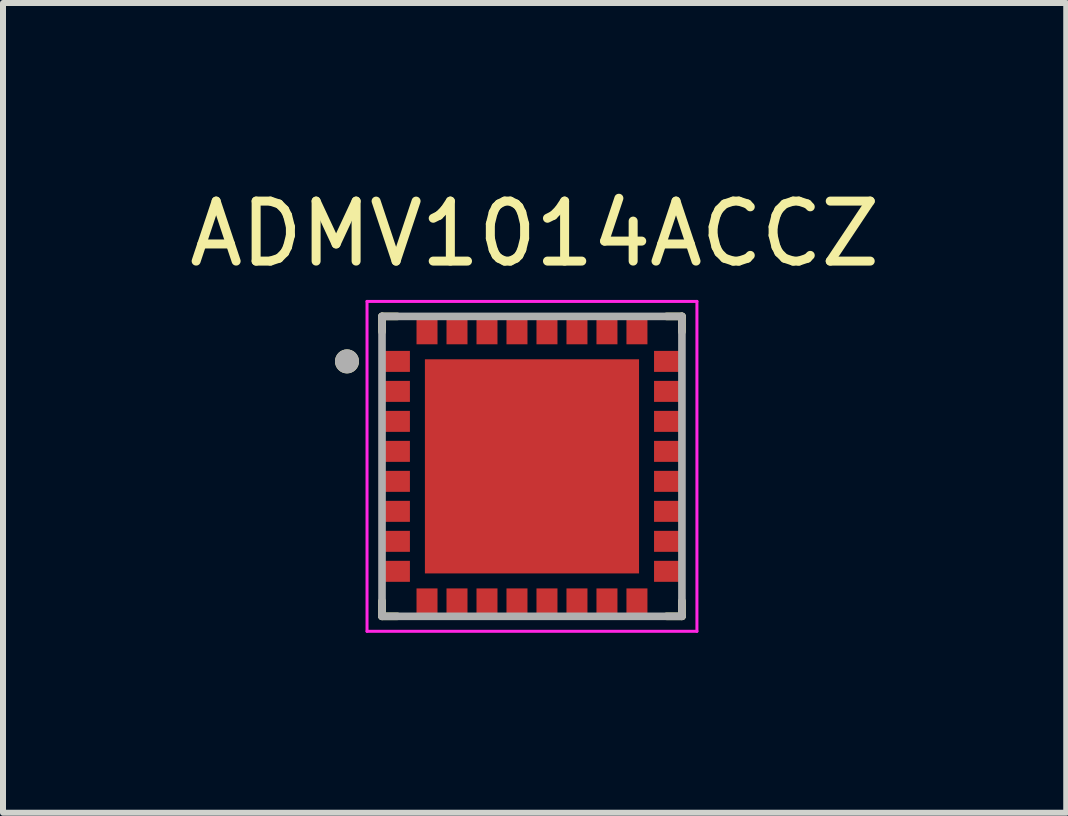
<source format=kicad_pcb>
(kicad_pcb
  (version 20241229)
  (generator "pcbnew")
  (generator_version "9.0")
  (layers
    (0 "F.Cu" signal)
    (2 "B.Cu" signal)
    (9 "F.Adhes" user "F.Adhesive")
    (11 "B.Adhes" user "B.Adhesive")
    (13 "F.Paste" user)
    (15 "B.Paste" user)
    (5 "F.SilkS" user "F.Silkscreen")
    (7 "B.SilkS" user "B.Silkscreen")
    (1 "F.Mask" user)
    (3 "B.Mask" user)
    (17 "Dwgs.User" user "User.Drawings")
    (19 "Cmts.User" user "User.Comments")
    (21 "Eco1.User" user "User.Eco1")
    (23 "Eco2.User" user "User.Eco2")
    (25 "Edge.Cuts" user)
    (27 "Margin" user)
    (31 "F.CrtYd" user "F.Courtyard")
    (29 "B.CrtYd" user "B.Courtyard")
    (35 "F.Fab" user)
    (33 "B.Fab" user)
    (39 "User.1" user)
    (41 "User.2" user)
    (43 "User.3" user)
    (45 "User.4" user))
  (footprint "ADMV1014ACCZ"
    (layer "F.Cu")
    (at 5.819 4.725)
    (property "Reference" "ADMV1014ACCZ" (at 0.044 -3.877 0) (layer "F.SilkS") (effects (font (size 1 1) (thickness 0.15))))
    (attr through_hole)
    (fp_poly (pts (xy -2.515 -1.975) (xy -1.985 -1.975) (xy -1.985 -1.525) (xy -2.515 -1.525)) (stroke (width 0.01) (type solid)) (fill yes) (layer "F.Mask"))
    (fp_poly (pts (xy -2.515 -1.475) (xy -1.985 -1.475) (xy -1.985 -1.025) (xy -2.515 -1.025)) (stroke (width 0.01) (type solid)) (fill yes) (layer "F.Mask"))
    (fp_poly (pts (xy -2.515 -0.975) (xy -1.985 -0.975) (xy -1.985 -0.525) (xy -2.515 -0.525)) (stroke (width 0.01) (type solid)) (fill yes) (layer "F.Mask"))
    (fp_poly (pts (xy -2.515 -0.475) (xy -1.985 -0.475) (xy -1.985 -0.025) (xy -2.515 -0.025)) (stroke (width 0.01) (type solid)) (fill yes) (layer "F.Mask"))
    (fp_poly (pts (xy -2.515 0.025) (xy -1.985 0.025) (xy -1.985 0.475) (xy -2.515 0.475)) (stroke (width 0.01) (type solid)) (fill yes) (layer "F.Mask"))
    (fp_poly (pts (xy -2.515 0.525) (xy -1.985 0.525) (xy -1.985 0.975) (xy -2.515 0.975)) (stroke (width 0.01) (type solid)) (fill yes) (layer "F.Mask"))
    (fp_poly (pts (xy -2.515 1.025) (xy -1.985 1.025) (xy -1.985 1.475) (xy -2.515 1.475)) (stroke (width 0.01) (type solid)) (fill yes) (layer "F.Mask"))
    (fp_poly (pts (xy -2.515 1.525) (xy -1.985 1.525) (xy -1.985 1.975) (xy -2.515 1.975)) (stroke (width 0.01) (type solid)) (fill yes) (layer "F.Mask"))
    (fp_poly (pts (xy -1.975 -2.515) (xy -1.525 -2.515) (xy -1.525 -1.985) (xy -1.975 -1.985)) (stroke (width 0.01) (type solid)) (fill yes) (layer "F.Mask"))
    (fp_poly (pts (xy -1.975 1.985) (xy -1.525 1.985) (xy -1.525 2.515) (xy -1.975 2.515)) (stroke (width 0.01) (type solid)) (fill yes) (layer "F.Mask"))
    (fp_poly (pts (xy -1.475 -2.515) (xy -1.025 -2.515) (xy -1.025 -1.985) (xy -1.475 -1.985)) (stroke (width 0.01) (type solid)) (fill yes) (layer "F.Mask"))
    (fp_poly (pts (xy -1.475 1.985) (xy -1.025 1.985) (xy -1.025 2.515) (xy -1.475 2.515)) (stroke (width 0.01) (type solid)) (fill yes) (layer "F.Mask"))
    (fp_poly (pts (xy -0.975 -2.515) (xy -0.525 -2.515) (xy -0.525 -1.985) (xy -0.975 -1.985)) (stroke (width 0.01) (type solid)) (fill yes) (layer "F.Mask"))
    (fp_poly (pts (xy -0.975 1.985) (xy -0.525 1.985) (xy -0.525 2.515) (xy -0.975 2.515)) (stroke (width 0.01) (type solid)) (fill yes) (layer "F.Mask"))
    (fp_poly (pts (xy -0.475 -2.515) (xy -0.025 -2.515) (xy -0.025 -1.985) (xy -0.475 -1.985)) (stroke (width 0.01) (type solid)) (fill yes) (layer "F.Mask"))
    (fp_poly (pts (xy -0.475 1.985) (xy -0.025 1.985) (xy -0.025 2.515) (xy -0.475 2.515)) (stroke (width 0.01) (type solid)) (fill yes) (layer "F.Mask"))
    (fp_poly (pts (xy 0.025 -2.515) (xy 0.475 -2.515) (xy 0.475 -1.985) (xy 0.025 -1.985)) (stroke (width 0.01) (type solid)) (fill yes) (layer "F.Mask"))
    (fp_poly (pts (xy 0.025 1.985) (xy 0.475 1.985) (xy 0.475 2.515) (xy 0.025 2.515)) (stroke (width 0.01) (type solid)) (fill yes) (layer "F.Mask"))
    (fp_poly (pts (xy 0.525 -2.515) (xy 0.975 -2.515) (xy 0.975 -1.985) (xy 0.525 -1.985)) (stroke (width 0.01) (type solid)) (fill yes) (layer "F.Mask"))
    (fp_poly (pts (xy 0.525 1.985) (xy 0.975 1.985) (xy 0.975 2.515) (xy 0.525 2.515)) (stroke (width 0.01) (type solid)) (fill yes) (layer "F.Mask"))
    (fp_poly (pts (xy 1.025 -2.515) (xy 1.475 -2.515) (xy 1.475 -1.985) (xy 1.025 -1.985)) (stroke (width 0.01) (type solid)) (fill yes) (layer "F.Mask"))
    (fp_poly (pts (xy 1.025 1.985) (xy 1.475 1.985) (xy 1.475 2.515) (xy 1.025 2.515)) (stroke (width 0.01) (type solid)) (fill yes) (layer "F.Mask"))
    (fp_poly (pts (xy 1.525 -2.515) (xy 1.975 -2.515) (xy 1.975 -1.985) (xy 1.525 -1.985)) (stroke (width 0.01) (type solid)) (fill yes) (layer "F.Mask"))
    (fp_poly (pts (xy 1.525 1.985) (xy 1.975 1.985) (xy 1.975 2.515) (xy 1.525 2.515)) (stroke (width 0.01) (type solid)) (fill yes) (layer "F.Mask"))
    (fp_poly (pts (xy 1.985 -1.975) (xy 2.515 -1.975) (xy 2.515 -1.525) (xy 1.985 -1.525)) (stroke (width 0.01) (type solid)) (fill yes) (layer "F.Mask"))
    (fp_poly (pts (xy 1.985 -1.475) (xy 2.515 -1.475) (xy 2.515 -1.025) (xy 1.985 -1.025)) (stroke (width 0.01) (type solid)) (fill yes) (layer "F.Mask"))
    (fp_poly (pts (xy 1.985 -0.975) (xy 2.515 -0.975) (xy 2.515 -0.525) (xy 1.985 -0.525)) (stroke (width 0.01) (type solid)) (fill yes) (layer "F.Mask"))
    (fp_poly (pts (xy 1.985 -0.475) (xy 2.515 -0.475) (xy 2.515 -0.025) (xy 1.985 -0.025)) (stroke (width 0.01) (type solid)) (fill yes) (layer "F.Mask"))
    (fp_poly (pts (xy 1.985 0.025) (xy 2.515 0.025) (xy 2.515 0.475) (xy 1.985 0.475)) (stroke (width 0.01) (type solid)) (fill yes) (layer "F.Mask"))
    (fp_poly (pts (xy 1.985 0.525) (xy 2.515 0.525) (xy 2.515 0.975) (xy 1.985 0.975)) (stroke (width 0.01) (type solid)) (fill yes) (layer "F.Mask"))
    (fp_poly (pts (xy 1.985 1.025) (xy 2.515 1.025) (xy 2.515 1.475) (xy 1.985 1.475)) (stroke (width 0.01) (type solid)) (fill yes) (layer "F.Mask"))
    (fp_poly (pts (xy 1.985 1.525) (xy 2.515 1.525) (xy 2.515 1.975) (xy 1.985 1.975)) (stroke (width 0.01) (type solid)) (fill yes) (layer "F.Mask"))
    (fp_line (start -2.5 -2.5) (end -2.245 -2.5) (stroke (width 0.127) (type solid)) (layer "F.SilkS"))
    (fp_line (start -2.5 -2.245) (end -2.5 -2.5) (stroke (width 0.127) (type solid)) (layer "F.SilkS"))
    (fp_line (start -2.5 2.5) (end -2.5 2.245) (stroke (width 0.127) (type solid)) (layer "F.SilkS"))
    (fp_line (start -2.245 2.5) (end -2.5 2.5) (stroke (width 0.127) (type solid)) (layer "F.SilkS"))
    (fp_line (start 2.245 -2.5) (end 2.5 -2.5) (stroke (width 0.127) (type solid)) (layer "F.SilkS"))
    (fp_line (start 2.5 -2.5) (end 2.5 -2.245) (stroke (width 0.127) (type solid)) (layer "F.SilkS"))
    (fp_line (start 2.5 2.5) (end 2.245 2.5) (stroke (width 0.127) (type solid)) (layer "F.SilkS"))
    (fp_line (start 2.5 2.5) (end 2.5 2.245) (stroke (width 0.127) (type solid)) (layer "F.SilkS"))
    (fp_circle (center -3.084 -1.75) (end -2.984 -1.75) (stroke (width 0.2) (type solid)) (fill no) (layer "F.SilkS"))
    (fp_poly (pts (xy -1.35 -1.35) (xy -0.22 -1.35) (xy -0.22 -0.22) (xy -1.35 -0.22)) (stroke (width 0.01) (type solid)) (fill yes) (layer "F.Paste"))
    (fp_poly (pts (xy -1.35 0.22) (xy -0.22 0.22) (xy -0.22 1.35) (xy -1.35 1.35)) (stroke (width 0.01) (type solid)) (fill yes) (layer "F.Paste"))
    (fp_poly (pts (xy 0.22 -1.35) (xy 1.35 -1.35) (xy 1.35 -0.22) (xy 0.22 -0.22)) (stroke (width 0.01) (type solid)) (fill yes) (layer "F.Paste"))
    (fp_poly (pts (xy 0.22 0.22) (xy 1.35 0.22) (xy 1.35 1.35) (xy 0.22 1.35)) (stroke (width 0.01) (type solid)) (fill yes) (layer "F.Paste"))
    (fp_line (start -2.75 -2.75) (end -2.75 2.75) (stroke (width 0.05) (type solid)) (layer "F.CrtYd"))
    (fp_line (start -2.75 2.75) (end 2.75 2.75) (stroke (width 0.05) (type solid)) (layer "F.CrtYd"))
    (fp_line (start 2.75 -2.75) (end -2.75 -2.75) (stroke (width 0.05) (type solid)) (layer "F.CrtYd"))
    (fp_line (start 2.75 2.75) (end 2.75 -2.75) (stroke (width 0.05) (type solid)) (layer "F.CrtYd"))
    (fp_line (start -2.5 -2.5) (end 2.5 -2.5) (stroke (width 0.127) (type solid)) (layer "F.Fab"))
    (fp_line (start -2.5 2.5) (end -2.5 -2.5) (stroke (width 0.127) (type solid)) (layer "F.Fab"))
    (fp_line (start 2.5 -2.5) (end 2.5 2.5) (stroke (width 0.127) (type solid)) (layer "F.Fab"))
    (fp_line (start 2.5 2.5) (end -2.5 2.5) (stroke (width 0.127) (type solid)) (layer "F.Fab"))
    (fp_circle (center -3.084 -1.75) (end -2.984 -1.75) (stroke (width 0.2) (type solid)) (fill no) (layer "F.Fab"))
    (pad "1" smd rect (at -2.25 -1.75) (size 0.43 0.35) (layers "F.Cu" "F.Paste"))
    (pad "2" smd rect (at -2.25 -1.25) (size 0.43 0.35) (layers "F.Cu" "F.Paste"))
    (pad "3" smd rect (at -2.25 -0.75) (size 0.43 0.35) (layers "F.Cu" "F.Paste"))
    (pad "4" smd rect (at -2.25 -0.25) (size 0.43 0.35) (layers "F.Cu" "F.Paste"))
    (pad "5" smd rect (at -2.25 0.25) (size 0.43 0.35) (layers "F.Cu" "F.Paste"))
    (pad "6" smd rect (at -2.25 0.75) (size 0.43 0.35) (layers "F.Cu" "F.Paste"))
    (pad "7" smd rect (at -2.25 1.25) (size 0.43 0.35) (layers "F.Cu" "F.Paste"))
    (pad "8" smd rect (at -2.25 1.75) (size 0.43 0.35) (layers "F.Cu" "F.Paste"))
    (pad "9" smd rect (at -1.75 2.25) (size 0.35 0.43) (layers "F.Cu" "F.Paste"))
    (pad "10" smd rect (at -1.25 2.25) (size 0.35 0.43) (layers "F.Cu" "F.Paste"))
    (pad "11" smd rect (at -0.75 2.25) (size 0.35 0.43) (layers "F.Cu" "F.Paste"))
    (pad "12" smd rect (at -0.25 2.25) (size 0.35 0.43) (layers "F.Cu" "F.Paste"))
    (pad "13" smd rect (at 0.25 2.25) (size 0.35 0.43) (layers "F.Cu" "F.Paste"))
    (pad "14" smd rect (at 0.75 2.25) (size 0.35 0.43) (layers "F.Cu" "F.Paste"))
    (pad "15" smd rect (at 1.25 2.25) (size 0.35 0.43) (layers "F.Cu" "F.Paste"))
    (pad "16" smd rect (at 1.75 2.25) (size 0.35 0.43) (layers "F.Cu" "F.Paste"))
    (pad "17" smd rect (at 2.25 1.75) (size 0.43 0.35) (layers "F.Cu" "F.Paste"))
    (pad "18" smd rect (at 2.25 1.25) (size 0.43 0.35) (layers "F.Cu" "F.Paste"))
    (pad "19" smd rect (at 2.25 0.75) (size 0.43 0.35) (layers "F.Cu" "F.Paste"))
    (pad "20" smd rect (at 2.25 0.25) (size 0.43 0.35) (layers "F.Cu" "F.Paste"))
    (pad "21" smd rect (at 2.25 -0.25) (size 0.43 0.35) (layers "F.Cu" "F.Paste"))
    (pad "22" smd rect (at 2.25 -0.75) (size 0.43 0.35) (layers "F.Cu" "F.Paste"))
    (pad "23" smd rect (at 2.25 -1.25) (size 0.43 0.35) (layers "F.Cu" "F.Paste"))
    (pad "24" smd rect (at 2.25 -1.75) (size 0.43 0.35) (layers "F.Cu" "F.Paste"))
    (pad "25" smd rect (at 1.75 -2.25) (size 0.35 0.43) (layers "F.Cu" "F.Paste"))
    (pad "26" smd rect (at 1.25 -2.25) (size 0.35 0.43) (layers "F.Cu" "F.Paste"))
    (pad "27" smd rect (at 0.75 -2.25) (size 0.35 0.43) (layers "F.Cu" "F.Paste"))
    (pad "28" smd rect (at 0.25 -2.25) (size 0.35 0.43) (layers "F.Cu" "F.Paste"))
    (pad "29" smd rect (at -0.25 -2.25) (size 0.35 0.43) (layers "F.Cu" "F.Paste"))
    (pad "30" smd rect (at -0.75 -2.25) (size 0.35 0.43) (layers "F.Cu" "F.Paste"))
    (pad "31" smd rect (at -1.25 -2.25) (size 0.35 0.43) (layers "F.Cu" "F.Paste"))
    (pad "32" smd rect (at -1.75 -2.25) (size 0.35 0.43) (layers "F.Cu" "F.Paste"))
    (pad "33" smd rect (at 0 0) (size 3.57 3.57) (layers "F.Cu" "F.Mask")))
  (gr_rect
    (start -3 -3)
    (end 14.726 10.5)
    (stroke (width 0.1) (type default))
    (fill no)
    (layer "Edge.Cuts")))
</source>
